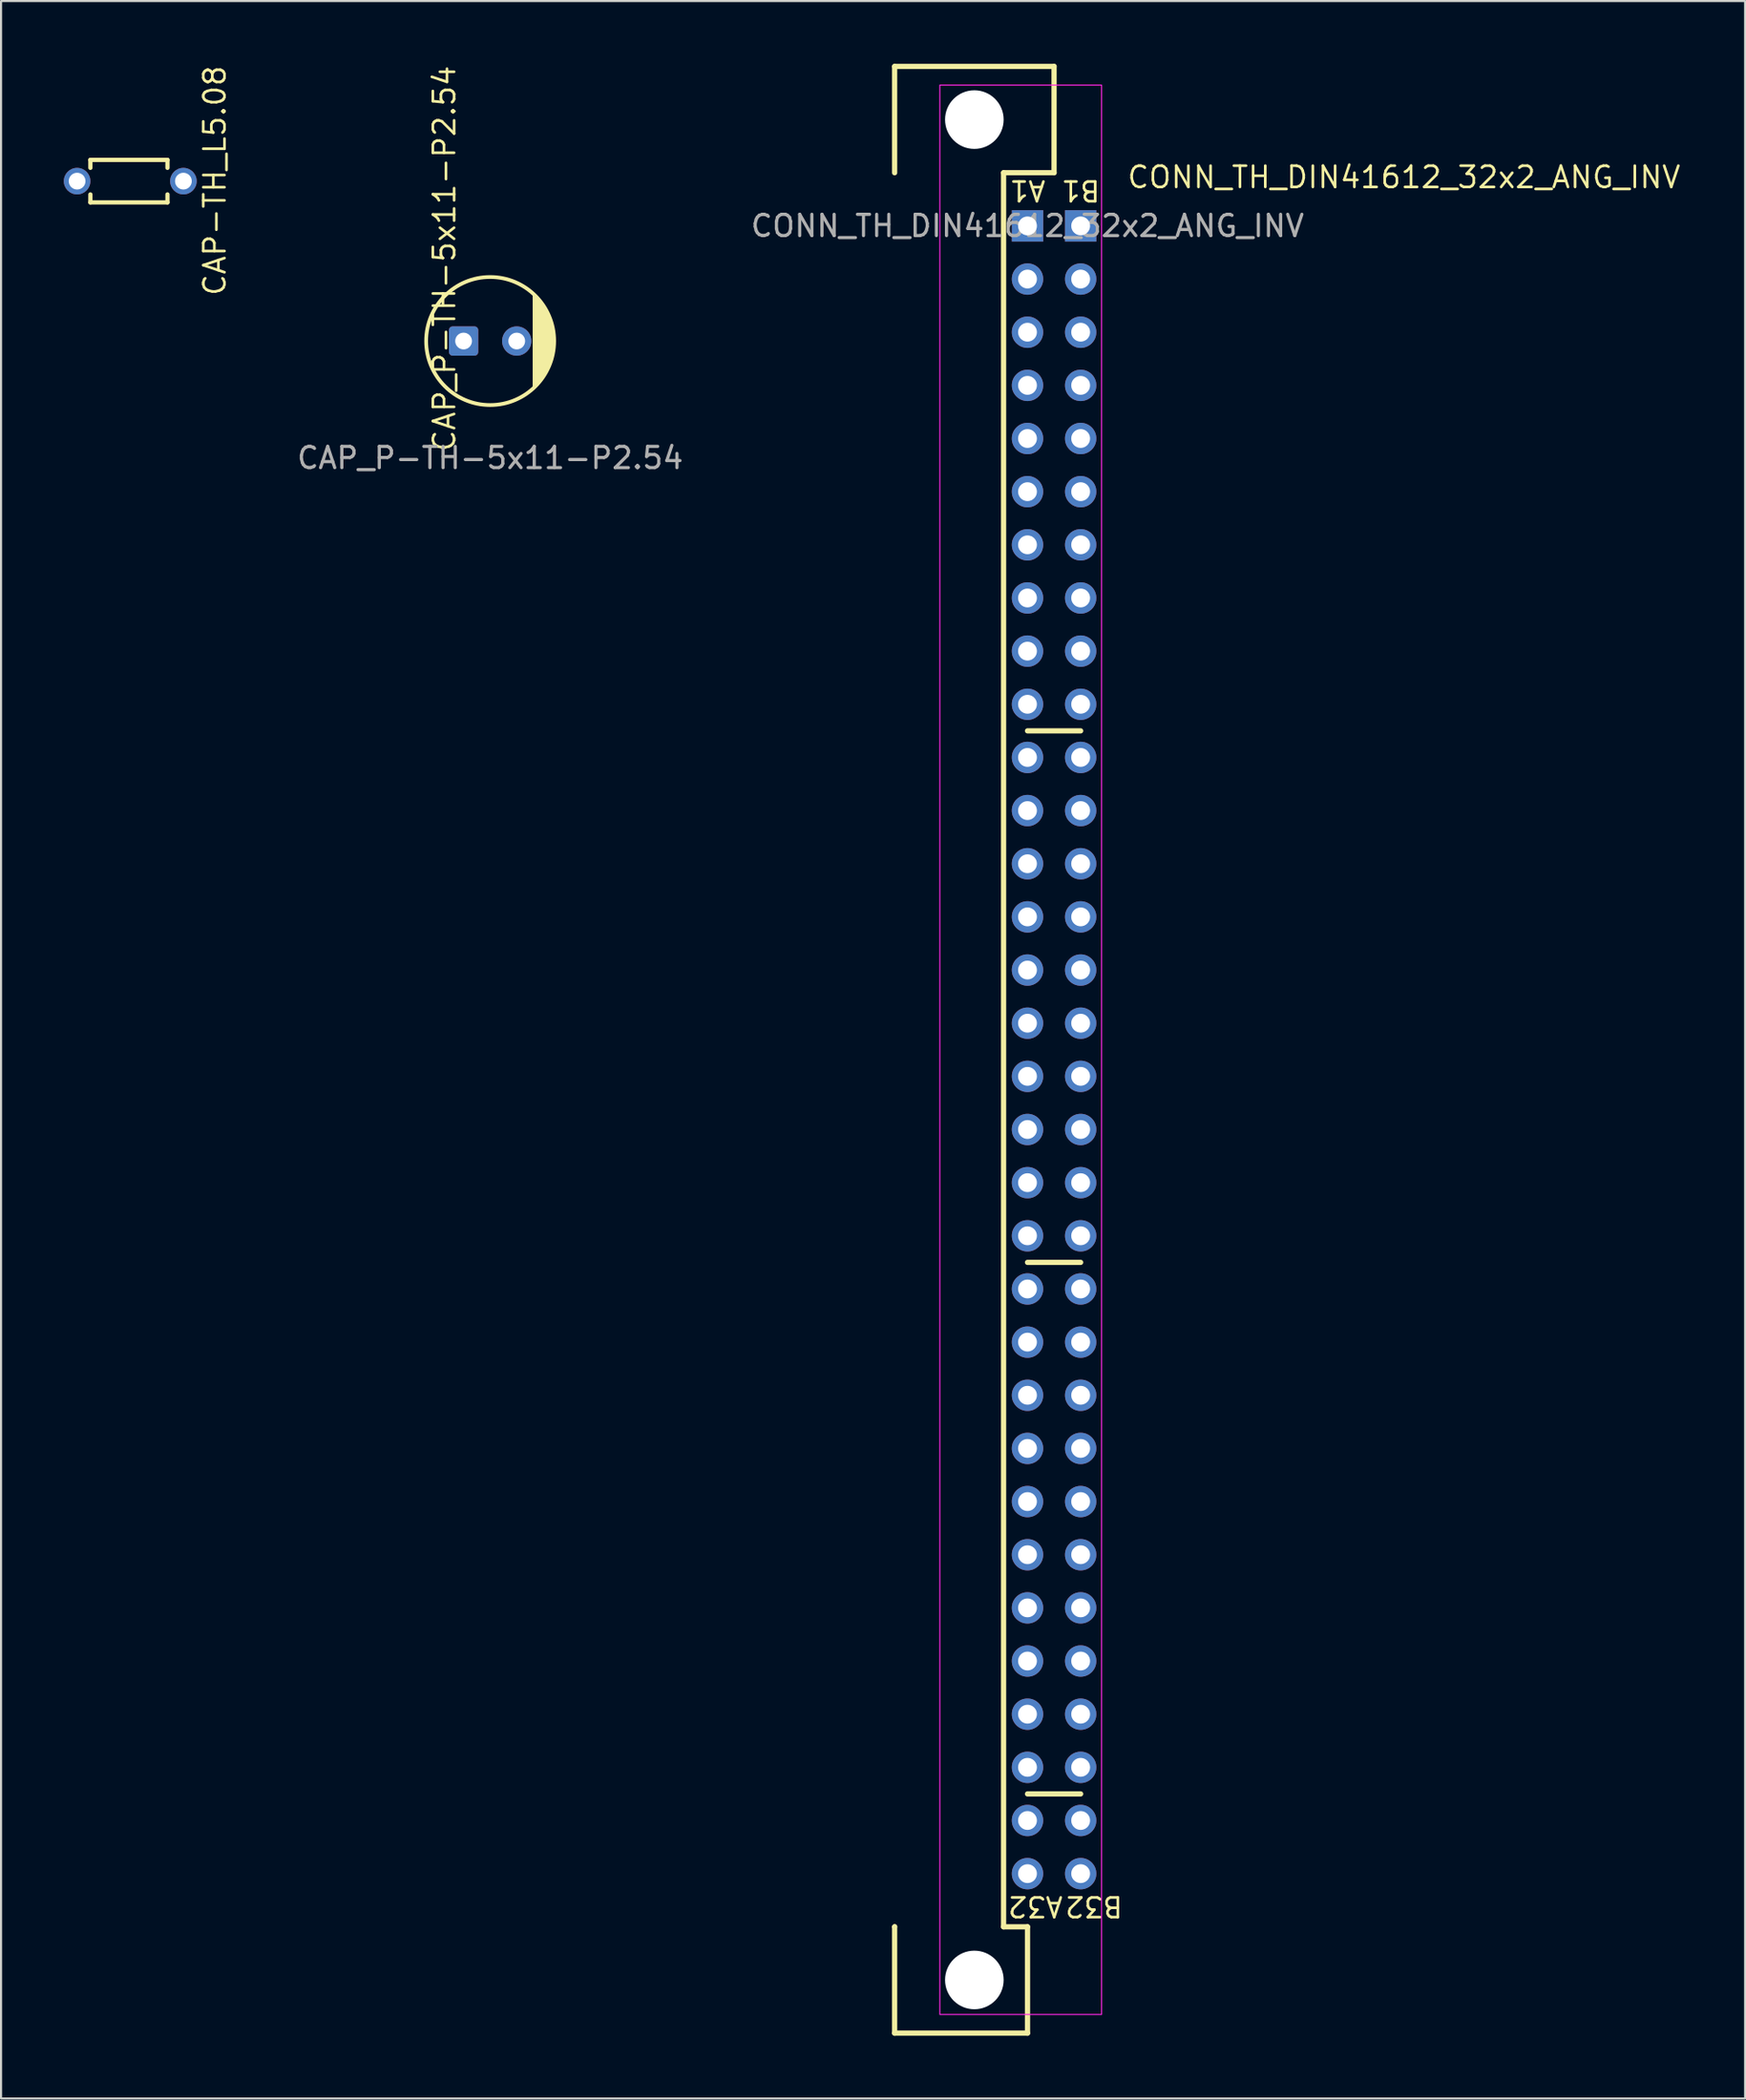
<source format=kicad_pcb>
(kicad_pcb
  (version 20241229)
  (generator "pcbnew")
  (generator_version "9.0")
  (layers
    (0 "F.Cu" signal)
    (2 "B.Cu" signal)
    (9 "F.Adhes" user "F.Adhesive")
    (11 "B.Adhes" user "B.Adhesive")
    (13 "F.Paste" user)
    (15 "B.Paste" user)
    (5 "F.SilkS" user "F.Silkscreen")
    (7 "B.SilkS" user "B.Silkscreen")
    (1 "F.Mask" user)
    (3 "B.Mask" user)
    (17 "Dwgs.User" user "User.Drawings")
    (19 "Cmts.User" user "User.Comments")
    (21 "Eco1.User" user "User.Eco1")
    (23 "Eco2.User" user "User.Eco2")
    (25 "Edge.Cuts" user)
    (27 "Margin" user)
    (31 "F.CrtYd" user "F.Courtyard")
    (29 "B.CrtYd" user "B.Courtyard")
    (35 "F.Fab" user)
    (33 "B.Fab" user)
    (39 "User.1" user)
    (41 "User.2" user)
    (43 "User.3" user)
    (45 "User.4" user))
  (footprint "CAP_P-TH-5x11-P2.54"
    (layer "F.Cu")
    (at 20.374 13.247)
    (property "Reference" "CAP_P-TH-5x11-P2.54" (at -2.187 -3.942 90) (unlocked yes) (layer "F.SilkS") (effects (font (size 1.016 1.016) (thickness 0.127))))
    (attr smd)
    (fp_circle (center 0 0) (end 3.059 0) (stroke (width 0.178) (type solid)) (fill no) (layer "F.SilkS"))
    (fp_poly (pts (arc (start 2.032 -2.285998) (mid 3.058565 0) (end 2.032 2.285998))) (stroke (width 0) (type solid)) (fill yes) (layer "F.SilkS"))
    (fp_text user "${REFERENCE}" (at 0 5.588 0) (unlocked yes) (layer "F.Fab") (effects (font (size 1.016 1.016) (thickness 0.152))))
    (pad "1" thru_hole roundrect (at -1.27 0) (size 1.4 1.4) (drill 0.8) (layers "*.Cu" "*.Mask") (roundrect_rratio 0.125))
    (pad "2" thru_hole circle (at 1.27 0) (size 1.4 1.4) (drill 0.8) (layers "*.Cu" "*.Mask")))
  (footprint "CONN_TH_DIN41612_32x2_ANG_INV"
    (layer "F.Cu")
    (at 46.053 7.745)
    (property "Reference" "CONN_TH_DIN41612_32x2_ANG_INV" (at 4.699 -2.921 180) (layer "F.SilkS") (effects (font (size 1.016 1.016) (thickness 0.127)) (justify left top)))
    (fp_line (start -6.35 -7.62) (end -6.35 -2.54) (stroke (width 0.25) (type default)) (layer "F.SilkS"))
    (fp_line (start -6.35 -7.62) (end 1.27 -7.62) (stroke (width 0.25) (type default)) (layer "F.SilkS"))
    (fp_line (start -6.35 81.28) (end -6.35 81.28) (stroke (width 0.25) (type default)) (layer "F.SilkS"))
    (fp_line (start -6.35 86.36) (end -6.35 81.28) (stroke (width 0.25) (type default)) (layer "F.SilkS"))
    (fp_line (start -1.143 -2.54) (end -1.143 81.28) (stroke (width 0.25) (type default)) (layer "F.SilkS"))
    (fp_line (start -1.143 81.28) (end 0 81.28) (stroke (width 0.25) (type default)) (layer "F.SilkS"))
    (fp_line (start 0 24.13) (end 2.54 24.13) (stroke (width 0.25) (type default)) (layer "F.SilkS"))
    (fp_line (start 0 49.53) (end 2.54 49.53) (stroke (width 0.25) (type default)) (layer "F.SilkS"))
    (fp_line (start 0 74.93) (end 2.54 74.93) (stroke (width 0.25) (type default)) (layer "F.SilkS"))
    (fp_line (start 0 81.28) (end 0 86.36) (stroke (width 0.25) (type default)) (layer "F.SilkS"))
    (fp_line (start 0 86.36) (end -6.35 86.36) (stroke (width 0.25) (type default)) (layer "F.SilkS"))
    (fp_line (start 1.27 -7.62) (end 1.27 -2.54) (stroke (width 0.25) (type default)) (layer "F.SilkS"))
    (fp_line (start 1.27 -2.54) (end -1.143 -2.54) (stroke (width 0.25) (type default)) (layer "F.SilkS"))
    (fp_rect (start 3.54 85.47) (end -4.19 -6.73) (stroke (width 0.05) (type default)) (fill no) (layer "F.CrtYd"))
    (fp_text user "A1" (at 0 -1.143 180) (unlocked yes) (layer "F.SilkS") (effects (font (size 0.94 0.94) (thickness 0.127)) (justify top)))
    (fp_text user "A32" (at 0.381 79.756 180) (unlocked yes) (layer "F.SilkS") (effects (font (size 0.94 0.94) (thickness 0.127)) (justify bottom)))
    (fp_text user "B1" (at 2.54 -1.143 180) (unlocked yes) (layer "F.SilkS") (effects (font (size 0.94 0.94) (thickness 0.127)) (justify top)))
    (fp_text user "B32" (at 3.175 79.756 180) (unlocked yes) (layer "F.SilkS") (effects (font (size 0.94 0.94) (thickness 0.127)) (justify bottom)))
    (fp_text user "${REFERENCE}" (at 0 0 180) (layer "F.Fab") (effects (font (size 1.016 1.016) (thickness 0.152))))
    (pad "" np_thru_hole circle (at -2.54 -5.08 180) (size 2.8 2.8) (drill 2.8) (layers "*.Cu" "*.Mask"))
    (pad "" np_thru_hole circle (at -2.54 83.82 180) (size 2.8 2.8) (drill 2.8) (layers "*.Cu" "*.Mask"))
    (pad "A1" thru_hole rect (at 0 0) (size 1.5 1.5) (drill 0.9) (layers "*.Cu" "*.Mask"))
    (pad "A2" thru_hole oval (at 0 2.54) (size 1.5 1.5) (drill 0.9) (layers "*.Cu" "*.Mask"))
    (pad "A3" thru_hole oval (at 0 5.08) (size 1.5 1.5) (drill 0.9) (layers "*.Cu" "*.Mask"))
    (pad "A4" thru_hole oval (at 0 7.62) (size 1.5 1.5) (drill 0.9) (layers "*.Cu" "*.Mask"))
    (pad "A5" thru_hole oval (at 0 10.16) (size 1.5 1.5) (drill 0.9) (layers "*.Cu" "*.Mask"))
    (pad "A6" thru_hole oval (at 0 12.7) (size 1.5 1.5) (drill 0.9) (layers "*.Cu" "*.Mask"))
    (pad "A7" thru_hole oval (at 0 15.24) (size 1.5 1.5) (drill 0.9) (layers "*.Cu" "*.Mask"))
    (pad "A8" thru_hole oval (at 0 17.78) (size 1.5 1.5) (drill 0.9) (layers "*.Cu" "*.Mask"))
    (pad "A9" thru_hole oval (at 0 20.32) (size 1.5 1.5) (drill 0.9) (layers "*.Cu" "*.Mask"))
    (pad "A10" thru_hole oval (at 0 22.86) (size 1.5 1.5) (drill 0.9) (layers "*.Cu" "*.Mask"))
    (pad "A11" thru_hole oval (at 0 25.4) (size 1.5 1.5) (drill 0.9) (layers "*.Cu" "*.Mask"))
    (pad "A12" thru_hole oval (at 0 27.94) (size 1.5 1.5) (drill 0.9) (layers "*.Cu" "*.Mask"))
    (pad "A13" thru_hole oval (at 0 30.48) (size 1.5 1.5) (drill 0.9) (layers "*.Cu" "*.Mask"))
    (pad "A14" thru_hole oval (at 0 33.02) (size 1.5 1.5) (drill 0.9) (layers "*.Cu" "*.Mask"))
    (pad "A15" thru_hole oval (at 0 35.56) (size 1.5 1.5) (drill 0.9) (layers "*.Cu" "*.Mask"))
    (pad "A16" thru_hole oval (at 0 38.1) (size 1.5 1.5) (drill 0.9) (layers "*.Cu" "*.Mask"))
    (pad "A17" thru_hole oval (at 0 40.64) (size 1.5 1.5) (drill 0.9) (layers "*.Cu" "*.Mask"))
    (pad "A18" thru_hole oval (at 0 43.18) (size 1.5 1.5) (drill 0.9) (layers "*.Cu" "*.Mask"))
    (pad "A19" thru_hole oval (at 0 45.72) (size 1.5 1.5) (drill 0.9) (layers "*.Cu" "*.Mask"))
    (pad "A20" thru_hole oval (at 0 48.26) (size 1.5 1.5) (drill 0.9) (layers "*.Cu" "*.Mask"))
    (pad "A21" thru_hole oval (at 0 50.8) (size 1.5 1.5) (drill 0.9) (layers "*.Cu" "*.Mask"))
    (pad "A22" thru_hole oval (at 0 53.34) (size 1.5 1.5) (drill 0.9) (layers "*.Cu" "*.Mask"))
    (pad "A23" thru_hole oval (at 0 55.88) (size 1.5 1.5) (drill 0.9) (layers "*.Cu" "*.Mask"))
    (pad "A24" thru_hole oval (at 0 58.42) (size 1.5 1.5) (drill 0.9) (layers "*.Cu" "*.Mask"))
    (pad "A25" thru_hole oval (at 0 60.96) (size 1.5 1.5) (drill 0.9) (layers "*.Cu" "*.Mask"))
    (pad "A26" thru_hole oval (at 0 63.5) (size 1.5 1.5) (drill 0.9) (layers "*.Cu" "*.Mask"))
    (pad "A27" thru_hole oval (at 0 66.04) (size 1.5 1.5) (drill 0.9) (layers "*.Cu" "*.Mask"))
    (pad "A28" thru_hole oval (at 0 68.58) (size 1.5 1.5) (drill 0.9) (layers "*.Cu" "*.Mask"))
    (pad "A29" thru_hole oval (at 0 71.12) (size 1.5 1.5) (drill 0.9) (layers "*.Cu" "*.Mask"))
    (pad "A30" thru_hole oval (at 0 73.66) (size 1.5 1.5) (drill 0.9) (layers "*.Cu" "*.Mask"))
    (pad "A31" thru_hole oval (at 0 76.2) (size 1.5 1.5) (drill 0.9) (layers "*.Cu" "*.Mask"))
    (pad "A32" thru_hole oval (at 0 78.74) (size 1.5 1.5) (drill 0.9) (layers "*.Cu" "*.Mask"))
    (pad "B1" thru_hole rect (at 2.54 0) (size 1.5 1.5) (drill 0.9) (layers "*.Cu" "*.Mask"))
    (pad "B2" thru_hole oval (at 2.54 2.54) (size 1.5 1.5) (drill 0.9) (layers "*.Cu" "*.Mask"))
    (pad "B3" thru_hole oval (at 2.54 5.08) (size 1.5 1.5) (drill 0.9) (layers "*.Cu" "*.Mask"))
    (pad "B4" thru_hole oval (at 2.54 7.62) (size 1.5 1.5) (drill 0.9) (layers "*.Cu" "*.Mask"))
    (pad "B5" thru_hole oval (at 2.54 10.16) (size 1.5 1.5) (drill 0.9) (layers "*.Cu" "*.Mask"))
    (pad "B6" thru_hole oval (at 2.54 12.7) (size 1.5 1.5) (drill 0.9) (layers "*.Cu" "*.Mask"))
    (pad "B7" thru_hole oval (at 2.54 15.24) (size 1.5 1.5) (drill 0.9) (layers "*.Cu" "*.Mask"))
    (pad "B8" thru_hole oval (at 2.54 17.78) (size 1.5 1.5) (drill 0.9) (layers "*.Cu" "*.Mask"))
    (pad "B9" thru_hole oval (at 2.54 20.32) (size 1.5 1.5) (drill 0.9) (layers "*.Cu" "*.Mask"))
    (pad "B10" thru_hole oval (at 2.54 22.86) (size 1.5 1.5) (drill 0.9) (layers "*.Cu" "*.Mask"))
    (pad "B11" thru_hole oval (at 2.54 25.4) (size 1.5 1.5) (drill 0.9) (layers "*.Cu" "*.Mask"))
    (pad "B12" thru_hole oval (at 2.54 27.94) (size 1.5 1.5) (drill 0.9) (layers "*.Cu" "*.Mask"))
    (pad "B13" thru_hole oval (at 2.54 30.48) (size 1.5 1.5) (drill 0.9) (layers "*.Cu" "*.Mask"))
    (pad "B14" thru_hole oval (at 2.54 33.02) (size 1.5 1.5) (drill 0.9) (layers "*.Cu" "*.Mask"))
    (pad "B15" thru_hole oval (at 2.54 35.56) (size 1.5 1.5) (drill 0.9) (layers "*.Cu" "*.Mask"))
    (pad "B16" thru_hole oval (at 2.54 38.1) (size 1.5 1.5) (drill 0.9) (layers "*.Cu" "*.Mask"))
    (pad "B17" thru_hole oval (at 2.54 40.64) (size 1.5 1.5) (drill 0.9) (layers "*.Cu" "*.Mask"))
    (pad "B18" thru_hole oval (at 2.54 43.18) (size 1.5 1.5) (drill 0.9) (layers "*.Cu" "*.Mask"))
    (pad "B19" thru_hole oval (at 2.54 45.72) (size 1.5 1.5) (drill 0.9) (layers "*.Cu" "*.Mask"))
    (pad "B20" thru_hole oval (at 2.54 48.26) (size 1.5 1.5) (drill 0.9) (layers "*.Cu" "*.Mask"))
    (pad "B21" thru_hole oval (at 2.54 50.8) (size 1.5 1.5) (drill 0.9) (layers "*.Cu" "*.Mask"))
    (pad "B22" thru_hole oval (at 2.54 53.34) (size 1.5 1.5) (drill 0.9) (layers "*.Cu" "*.Mask"))
    (pad "B23" thru_hole oval (at 2.54 55.88) (size 1.5 1.5) (drill 0.9) (layers "*.Cu" "*.Mask"))
    (pad "B24" thru_hole oval (at 2.54 58.42) (size 1.5 1.5) (drill 0.9) (layers "*.Cu" "*.Mask"))
    (pad "B25" thru_hole oval (at 2.54 60.96) (size 1.5 1.5) (drill 0.9) (layers "*.Cu" "*.Mask"))
    (pad "B26" thru_hole oval (at 2.54 63.5) (size 1.5 1.5) (drill 0.9) (layers "*.Cu" "*.Mask"))
    (pad "B27" thru_hole oval (at 2.54 66.04) (size 1.5 1.5) (drill 0.9) (layers "*.Cu" "*.Mask"))
    (pad "B28" thru_hole oval (at 2.54 68.58) (size 1.5 1.5) (drill 0.9) (layers "*.Cu" "*.Mask"))
    (pad "B29" thru_hole oval (at 2.54 71.12) (size 1.5 1.5) (drill 0.9) (layers "*.Cu" "*.Mask"))
    (pad "B30" thru_hole oval (at 2.54 73.66) (size 1.5 1.5) (drill 0.9) (layers "*.Cu" "*.Mask"))
    (pad "B31" thru_hole oval (at 2.54 76.2) (size 1.5 1.5) (drill 0.9) (layers "*.Cu" "*.Mask"))
    (pad "B32" thru_hole oval (at 2.54 78.74) (size 1.5 1.5) (drill 0.9) (layers "*.Cu" "*.Mask")))
  (footprint "CAP-TH_L5.08"
    (layer "F.Cu")
    (at 0.635 5.606)
    (property "Reference" "CAP-TH_L5.08" (at 6.579 -0.025 270) (layer "F.SilkS") (effects (font (size 1.016 1.016) (thickness 0.127))))
    (fp_line (start 0.635 -1.016) (end 0.635 -0.635) (stroke (width 0.203) (type default)) (layer "F.SilkS"))
    (fp_line (start 0.635 -1.016) (end 4.318 -1.016) (stroke (width 0.203) (type default)) (layer "F.SilkS"))
    (fp_line (start 0.635 1.016) (end 0.635 0.635) (stroke (width 0.203) (type default)) (layer "F.SilkS"))
    (fp_line (start 4.318 -1.016) (end 4.318 -0.635) (stroke (width 0.203) (type default)) (layer "F.SilkS"))
    (fp_line (start 4.318 0.635) (end 4.318 1.016) (stroke (width 0.203) (type default)) (layer "F.SilkS"))
    (fp_line (start 4.318 1.016) (end 0.635 1.016) (stroke (width 0.203) (type default)) (layer "F.SilkS"))
    (pad "1" thru_hole oval (at 0 0) (size 1.27 1.27) (drill 0.8) (layers "*.Cu" "*.Mask"))
    (pad "2" thru_hole oval (at 5.08 0) (size 1.27 1.27) (drill 0.8) (layers "*.Cu" "*.Mask")))
  (gr_rect
    (start -3 -3)
    (end 80.346 97.23)
    (stroke (width 0.1) (type default))
    (fill no)
    (layer "Edge.Cuts")))
</source>
